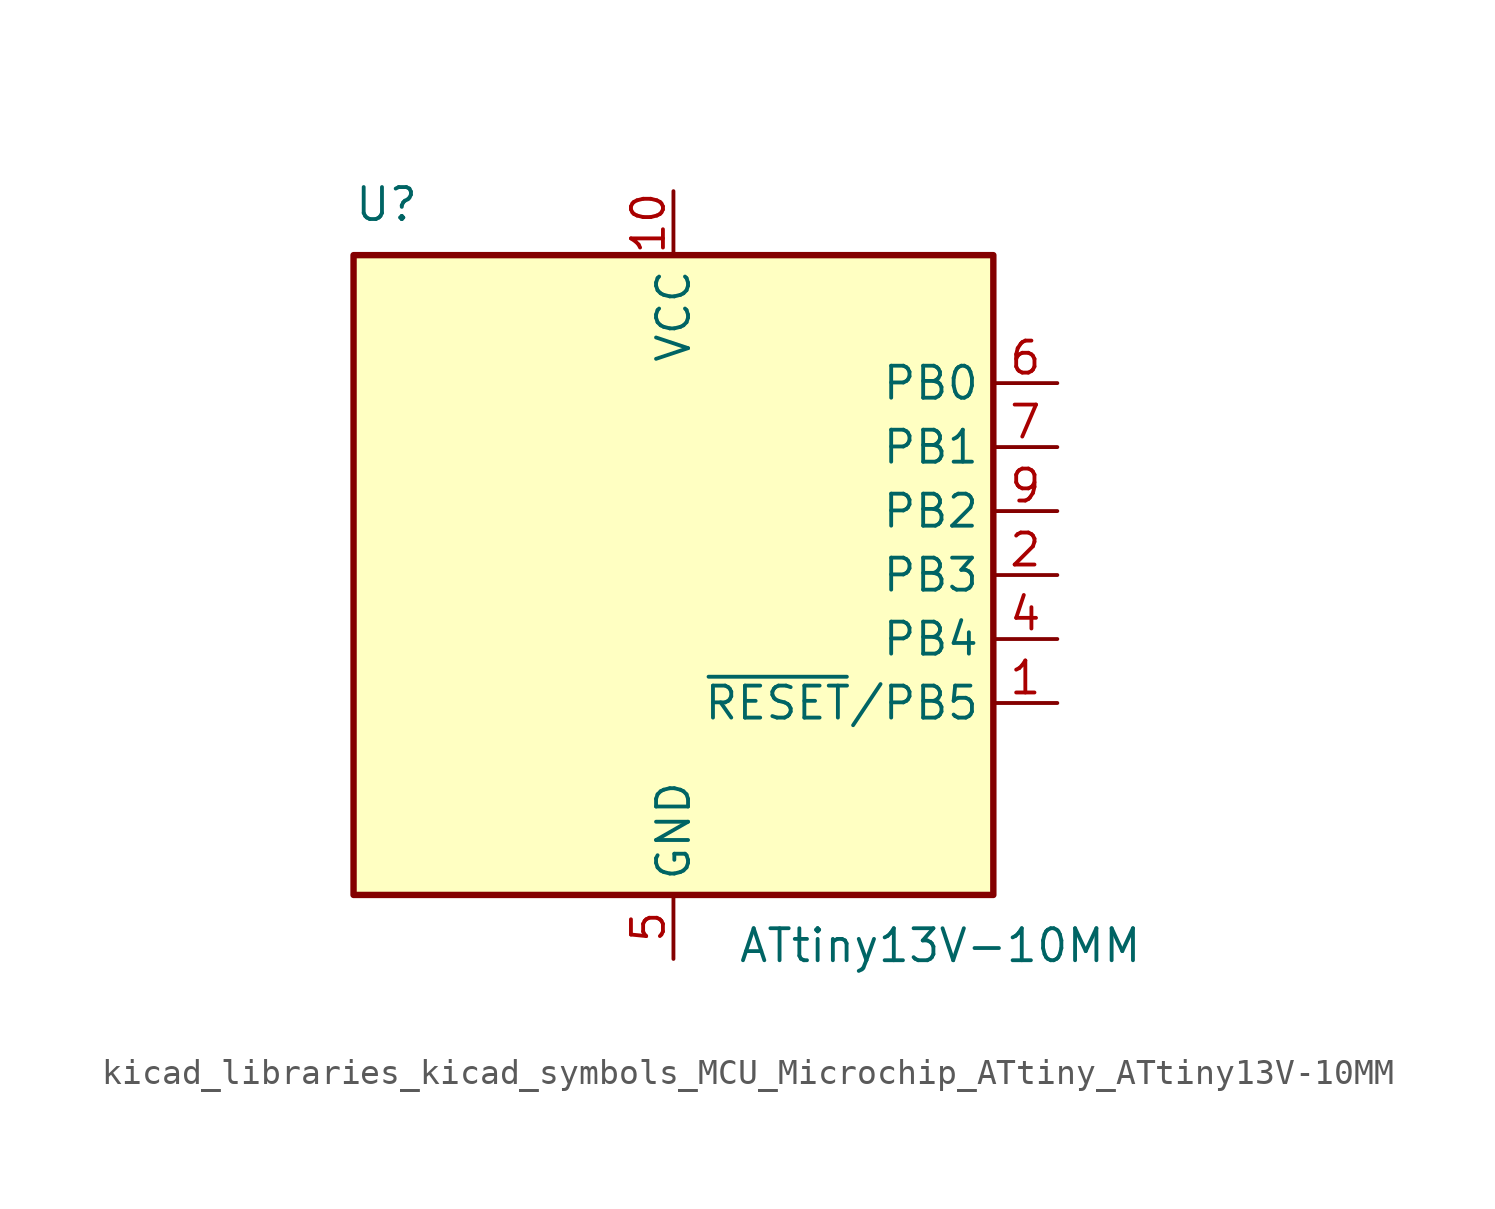
<source format=kicad_sym>
(kicad_symbol_lib
  (version 20220914)
  (generator kicad_symbol_editor)
  (symbol "kicad_libraries_kicad_symbols_MCU_Microchip_ATtiny_ATtiny13V-10MM"
    (property "Reference" "U"
      (at -12.7 13.97 0)
      (effects (font (size 1.27 1.27)) (justify left bottom)))
    (property "Value" "ATtiny13V-10MM"
      (at 2.54 -13.97 0)
      (effects (font (size 1.27 1.27)) (justify left top)))
    (symbol "kicad_libraries_kicad_symbols_MCU_Microchip_ATtiny_ATtiny13V-10MM_0_1"
      (rectangle (start -12.7 -12.7) (end 12.7 12.7) (stroke (width 0.254) (type default)) (fill (type background))))
    (symbol "kicad_libraries_kicad_symbols_MCU_Microchip_ATtiny_ATtiny13V-10MM_1_1"
      (pin bidirectional line (at 15.24 -5.08 180) (length 2.54) (name "~{RESET}/PB5" (effects (font (size 1.27 1.27)))) (number "1" (effects (font (size 1.27 1.27)))))
      (pin power_in line (at 0 15.24 270) (length 2.54) (name "VCC" (effects (font (size 1.27 1.27)))) (number "10" (effects (font (size 1.27 1.27)))))
      (pin passive line (at 0 -15.24 90) (length 2.54) hide (name "GND" (effects (font (size 1.27 1.27)))) (number "11" (effects (font (size 1.27 1.27)))))
      (pin bidirectional line (at 15.24 0 180) (length 2.54) (name "PB3" (effects (font (size 1.27 1.27)))) (number "2" (effects (font (size 1.27 1.27)))))
      (pin no_connect line (at -12.7 -7.62 0) (length 2.54) hide (name "NC" (effects (font (size 1.27 1.27)))) (number "3" (effects (font (size 1.27 1.27)))))
      (pin bidirectional line (at 15.24 -2.54 180) (length 2.54) (name "PB4" (effects (font (size 1.27 1.27)))) (number "4" (effects (font (size 1.27 1.27)))))
      (pin power_in line (at 0 -15.24 90) (length 2.54) (name "GND" (effects (font (size 1.27 1.27)))) (number "5" (effects (font (size 1.27 1.27)))))
      (pin bidirectional line (at 15.24 7.62 180) (length 2.54) (name "PB0" (effects (font (size 1.27 1.27)))) (number "6" (effects (font (size 1.27 1.27)))))
      (pin bidirectional line (at 15.24 5.08 180) (length 2.54) (name "PB1" (effects (font (size 1.27 1.27)))) (number "7" (effects (font (size 1.27 1.27)))))
      (pin no_connect line (at -12.7 -10.16 0) (length 2.54) hide (name "NC" (effects (font (size 1.27 1.27)))) (number "8" (effects (font (size 1.27 1.27)))))
      (pin bidirectional line (at 15.24 2.54 180) (length 2.54) (name "PB2" (effects (font (size 1.27 1.27)))) (number "9" (effects (font (size 1.27 1.27))))))))
</source>
